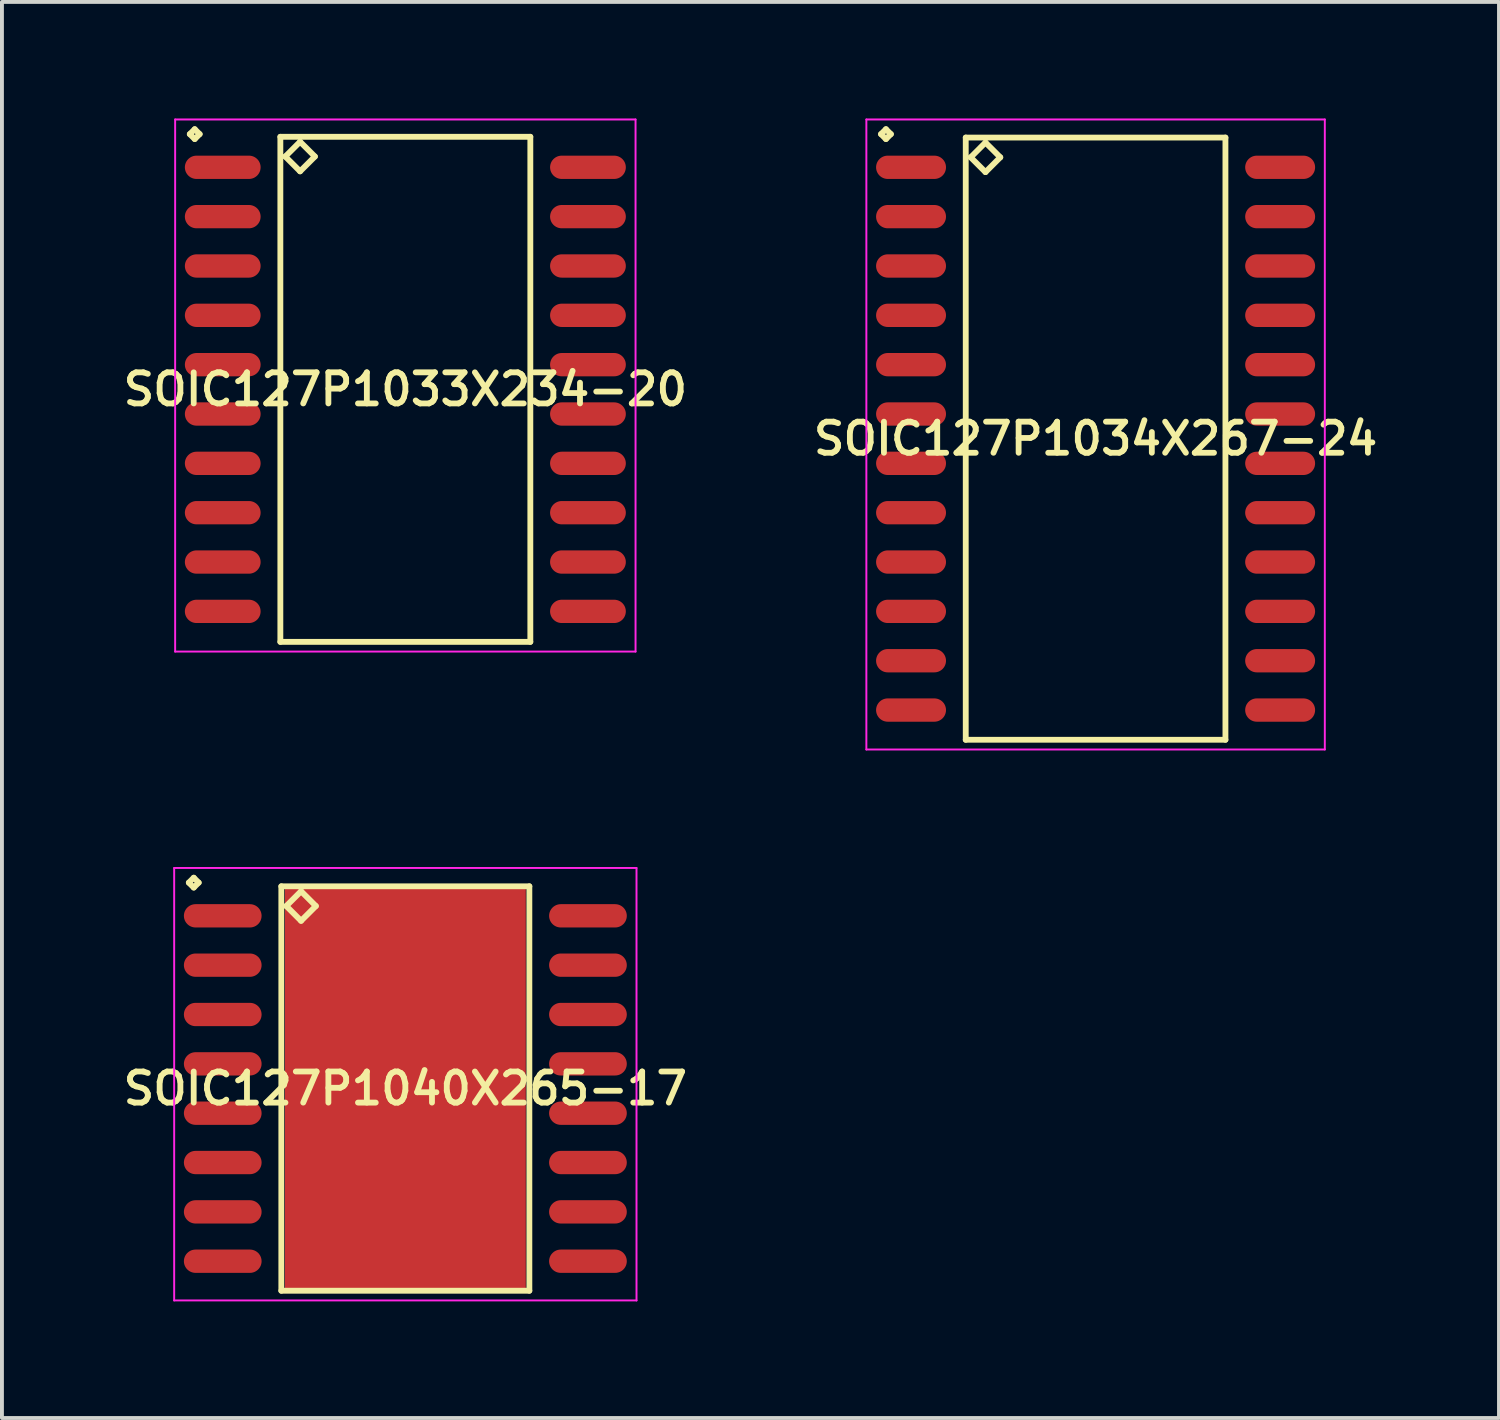
<source format=kicad_pcb>
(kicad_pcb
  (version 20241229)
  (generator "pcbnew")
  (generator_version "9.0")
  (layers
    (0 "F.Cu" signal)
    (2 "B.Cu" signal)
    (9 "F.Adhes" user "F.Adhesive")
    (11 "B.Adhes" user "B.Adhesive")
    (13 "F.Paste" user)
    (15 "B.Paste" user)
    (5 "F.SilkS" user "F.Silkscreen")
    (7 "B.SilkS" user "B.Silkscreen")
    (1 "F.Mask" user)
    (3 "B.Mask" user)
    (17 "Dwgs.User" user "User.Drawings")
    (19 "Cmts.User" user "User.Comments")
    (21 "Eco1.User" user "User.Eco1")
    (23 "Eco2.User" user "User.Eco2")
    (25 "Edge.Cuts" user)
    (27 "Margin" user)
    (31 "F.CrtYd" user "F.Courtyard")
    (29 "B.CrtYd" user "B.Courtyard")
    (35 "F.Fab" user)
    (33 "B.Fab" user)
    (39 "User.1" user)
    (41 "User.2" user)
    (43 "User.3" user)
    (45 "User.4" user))
  (footprint "SOIC127P1040X265-17"
    (layer "F.Cu")
    (at 7.383 24.967)
    (property "Reference" "SOIC127P1040X265-17" (at 0 0 0) (layer "F.SilkS") (effects (font (size 0.8 0.8) (thickness 0.15))))
    (attr smd)
    (fp_line (start -5.573 -5.299) (end -5.446 -5.426) (stroke (width 0.15) (type solid)) (layer "F.SilkS"))
    (fp_line (start -5.446 -5.426) (end -5.319 -5.299) (stroke (width 0.15) (type solid)) (layer "F.SilkS"))
    (fp_line (start -5.446 -5.172) (end -5.573 -5.299) (stroke (width 0.15) (type solid)) (layer "F.SilkS"))
    (fp_line (start -5.319 -5.299) (end -5.446 -5.172) (stroke (width 0.15) (type solid)) (layer "F.SilkS"))
    (fp_line (start -3.192 -5.205) (end -3.192 5.205) (stroke (width 0.15) (type solid)) (layer "F.SilkS"))
    (fp_line (start -3.192 5.205) (end 3.192 5.205) (stroke (width 0.15) (type solid)) (layer "F.SilkS"))
    (fp_line (start -3.065 -4.697) (end -2.684 -5.078) (stroke (width 0.15) (type solid)) (layer "F.SilkS"))
    (fp_line (start -2.684 -5.078) (end -2.303 -4.697) (stroke (width 0.15) (type solid)) (layer "F.SilkS"))
    (fp_line (start -2.684 -4.316) (end -3.065 -4.697) (stroke (width 0.15) (type solid)) (layer "F.SilkS"))
    (fp_line (start -2.303 -4.697) (end -2.684 -4.316) (stroke (width 0.15) (type solid)) (layer "F.SilkS"))
    (fp_line (start 3.192 -5.205) (end -3.192 -5.205) (stroke (width 0.15) (type solid)) (layer "F.SilkS"))
    (fp_line (start 3.192 5.205) (end 3.192 -5.205) (stroke (width 0.15) (type solid)) (layer "F.SilkS"))
    (fp_line (start -5.95 -5.676) (end 5.95 -5.676) (stroke (width 0.05) (type solid)) (layer "F.CrtYd"))
    (fp_line (start -5.95 5.455) (end -5.95 -5.676) (stroke (width 0.05) (type solid)) (layer "F.CrtYd"))
    (fp_line (start 5.95 -5.676) (end 5.95 5.455) (stroke (width 0.05) (type solid)) (layer "F.CrtYd"))
    (fp_line (start 5.95 5.455) (end -5.95 5.455) (stroke (width 0.05) (type solid)) (layer "F.CrtYd"))
    (pad "1" smd oval (at -4.7 -4.445) (size 2 0.6) (layers "F.Cu" "F.Mask" "F.Paste"))
    (pad "2" smd oval (at -4.7 -3.175) (size 2 0.6) (layers "F.Cu" "F.Mask" "F.Paste"))
    (pad "3" smd oval (at -4.7 -1.905) (size 2 0.6) (layers "F.Cu" "F.Mask" "F.Paste"))
    (pad "4" smd oval (at -4.7 -0.635) (size 2 0.6) (layers "F.Cu" "F.Mask" "F.Paste"))
    (pad "5" smd oval (at -4.7 0.635) (size 2 0.6) (layers "F.Cu" "F.Mask" "F.Paste"))
    (pad "6" smd oval (at -4.7 1.905) (size 2 0.6) (layers "F.Cu" "F.Mask" "F.Paste"))
    (pad "7" smd oval (at -4.7 3.175) (size 2 0.6) (layers "F.Cu" "F.Mask" "F.Paste"))
    (pad "8" smd oval (at -4.7 4.445) (size 2 0.6) (layers "F.Cu" "F.Mask" "F.Paste"))
    (pad "9" smd oval (at 4.7 4.445) (size 2 0.6) (layers "F.Cu" "F.Mask" "F.Paste"))
    (pad "10" smd oval (at 4.7 3.175) (size 2 0.6) (layers "F.Cu" "F.Mask" "F.Paste"))
    (pad "11" smd oval (at 4.7 1.905) (size 2 0.6) (layers "F.Cu" "F.Mask" "F.Paste"))
    (pad "12" smd oval (at 4.7 0.635) (size 2 0.6) (layers "F.Cu" "F.Mask" "F.Paste"))
    (pad "13" smd oval (at 4.7 -0.635) (size 2 0.6) (layers "F.Cu" "F.Mask" "F.Paste"))
    (pad "14" smd oval (at 4.7 -1.905) (size 2 0.6) (layers "F.Cu" "F.Mask" "F.Paste"))
    (pad "15" smd oval (at 4.7 -3.175) (size 2 0.6) (layers "F.Cu" "F.Mask" "F.Paste"))
    (pad "16" smd oval (at 4.7 -4.445) (size 2 0.6) (layers "F.Cu" "F.Mask" "F.Paste"))
    (pad "17" smd rect (at 0 0) (size 6.2 10.4) (layers "F.Cu" "F.Mask" "F.Paste")))
  (footprint "SOIC127P1034X267-24"
    (layer "F.Cu")
    (at 25.149 8.241)
    (property "Reference" "SOIC127P1034X267-24" (at 0 0 0) (layer "F.SilkS") (effects (font (size 0.8 0.8) (thickness 0.15))))
    (attr smd)
    (fp_line (start -5.523 -7.839) (end -5.396 -7.966) (stroke (width 0.15) (type solid)) (layer "F.SilkS"))
    (fp_line (start -5.396 -7.966) (end -5.269 -7.839) (stroke (width 0.15) (type solid)) (layer "F.SilkS"))
    (fp_line (start -5.396 -7.712) (end -5.523 -7.839) (stroke (width 0.15) (type solid)) (layer "F.SilkS"))
    (fp_line (start -5.269 -7.839) (end -5.396 -7.712) (stroke (width 0.15) (type solid)) (layer "F.SilkS"))
    (fp_line (start -3.342 -7.75) (end -3.342 7.75) (stroke (width 0.15) (type solid)) (layer "F.SilkS"))
    (fp_line (start -3.342 7.75) (end 3.342 7.75) (stroke (width 0.15) (type solid)) (layer "F.SilkS"))
    (fp_line (start -3.215 -7.242) (end -2.834 -7.623) (stroke (width 0.15) (type solid)) (layer "F.SilkS"))
    (fp_line (start -2.834 -7.623) (end -2.453 -7.242) (stroke (width 0.15) (type solid)) (layer "F.SilkS"))
    (fp_line (start -2.834 -6.861) (end -3.215 -7.242) (stroke (width 0.15) (type solid)) (layer "F.SilkS"))
    (fp_line (start -2.453 -7.242) (end -2.834 -6.861) (stroke (width 0.15) (type solid)) (layer "F.SilkS"))
    (fp_line (start 3.342 -7.75) (end -3.342 -7.75) (stroke (width 0.15) (type solid)) (layer "F.SilkS"))
    (fp_line (start 3.342 7.75) (end 3.342 -7.75) (stroke (width 0.15) (type solid)) (layer "F.SilkS"))
    (fp_line (start -5.9 -8.216) (end 5.9 -8.216) (stroke (width 0.05) (type solid)) (layer "F.CrtYd"))
    (fp_line (start -5.9 8) (end -5.9 -8.216) (stroke (width 0.05) (type solid)) (layer "F.CrtYd"))
    (fp_line (start 5.9 -8.216) (end 5.9 8) (stroke (width 0.05) (type solid)) (layer "F.CrtYd"))
    (fp_line (start 5.9 8) (end -5.9 8) (stroke (width 0.05) (type solid)) (layer "F.CrtYd"))
    (pad "1" smd oval (at -4.75 -6.985) (size 1.8 0.6) (layers "F.Cu" "F.Mask" "F.Paste"))
    (pad "2" smd oval (at -4.75 -5.715) (size 1.8 0.6) (layers "F.Cu" "F.Mask" "F.Paste"))
    (pad "3" smd oval (at -4.75 -4.445) (size 1.8 0.6) (layers "F.Cu" "F.Mask" "F.Paste"))
    (pad "4" smd oval (at -4.75 -3.175) (size 1.8 0.6) (layers "F.Cu" "F.Mask" "F.Paste"))
    (pad "5" smd oval (at -4.75 -1.905) (size 1.8 0.6) (layers "F.Cu" "F.Mask" "F.Paste"))
    (pad "6" smd oval (at -4.75 -0.635) (size 1.8 0.6) (layers "F.Cu" "F.Mask" "F.Paste"))
    (pad "7" smd oval (at -4.75 0.635) (size 1.8 0.6) (layers "F.Cu" "F.Mask" "F.Paste"))
    (pad "8" smd oval (at -4.75 1.905) (size 1.8 0.6) (layers "F.Cu" "F.Mask" "F.Paste"))
    (pad "9" smd oval (at -4.75 3.175) (size 1.8 0.6) (layers "F.Cu" "F.Mask" "F.Paste"))
    (pad "10" smd oval (at -4.75 4.445) (size 1.8 0.6) (layers "F.Cu" "F.Mask" "F.Paste"))
    (pad "11" smd oval (at -4.75 5.715) (size 1.8 0.6) (layers "F.Cu" "F.Mask" "F.Paste"))
    (pad "12" smd oval (at -4.75 6.985) (size 1.8 0.6) (layers "F.Cu" "F.Mask" "F.Paste"))
    (pad "13" smd oval (at 4.75 6.985) (size 1.8 0.6) (layers "F.Cu" "F.Mask" "F.Paste"))
    (pad "14" smd oval (at 4.75 5.715) (size 1.8 0.6) (layers "F.Cu" "F.Mask" "F.Paste"))
    (pad "15" smd oval (at 4.75 4.445) (size 1.8 0.6) (layers "F.Cu" "F.Mask" "F.Paste"))
    (pad "16" smd oval (at 4.75 3.175) (size 1.8 0.6) (layers "F.Cu" "F.Mask" "F.Paste"))
    (pad "17" smd oval (at 4.75 1.905) (size 1.8 0.6) (layers "F.Cu" "F.Mask" "F.Paste"))
    (pad "18" smd oval (at 4.75 0.635) (size 1.8 0.6) (layers "F.Cu" "F.Mask" "F.Paste"))
    (pad "19" smd oval (at 4.75 -0.635) (size 1.8 0.6) (layers "F.Cu" "F.Mask" "F.Paste"))
    (pad "20" smd oval (at 4.75 -1.905) (size 1.8 0.6) (layers "F.Cu" "F.Mask" "F.Paste"))
    (pad "21" smd oval (at 4.75 -3.175) (size 1.8 0.6) (layers "F.Cu" "F.Mask" "F.Paste"))
    (pad "22" smd oval (at 4.75 -4.445) (size 1.8 0.6) (layers "F.Cu" "F.Mask" "F.Paste"))
    (pad "23" smd oval (at 4.75 -5.715) (size 1.8 0.6) (layers "F.Cu" "F.Mask" "F.Paste"))
    (pad "24" smd oval (at 4.75 -6.985) (size 1.8 0.6) (layers "F.Cu" "F.Mask" "F.Paste")))
  (footprint "SOIC127P1033X234-20"
    (layer "F.Cu")
    (at 7.383 6.971)
    (property "Reference" "SOIC127P1033X234-20" (at 0 0 0) (layer "F.SilkS") (effects (font (size 0.8 0.8) (thickness 0.15))))
    (attr smd)
    (fp_line (start -5.548 -6.569) (end -5.421 -6.696) (stroke (width 0.15) (type solid)) (layer "F.SilkS"))
    (fp_line (start -5.421 -6.696) (end -5.294 -6.569) (stroke (width 0.15) (type solid)) (layer "F.SilkS"))
    (fp_line (start -5.421 -6.442) (end -5.548 -6.569) (stroke (width 0.15) (type solid)) (layer "F.SilkS"))
    (fp_line (start -5.294 -6.569) (end -5.421 -6.442) (stroke (width 0.15) (type solid)) (layer "F.SilkS"))
    (fp_line (start -3.217 -6.5) (end -3.217 6.5) (stroke (width 0.15) (type solid)) (layer "F.SilkS"))
    (fp_line (start -3.217 6.5) (end 3.217 6.5) (stroke (width 0.15) (type solid)) (layer "F.SilkS"))
    (fp_line (start -3.09 -5.992) (end -2.709 -6.373) (stroke (width 0.15) (type solid)) (layer "F.SilkS"))
    (fp_line (start -2.709 -6.373) (end -2.328 -5.992) (stroke (width 0.15) (type solid)) (layer "F.SilkS"))
    (fp_line (start -2.709 -5.611) (end -3.09 -5.992) (stroke (width 0.15) (type solid)) (layer "F.SilkS"))
    (fp_line (start -2.328 -5.992) (end -2.709 -5.611) (stroke (width 0.15) (type solid)) (layer "F.SilkS"))
    (fp_line (start 3.217 -6.5) (end -3.217 -6.5) (stroke (width 0.15) (type solid)) (layer "F.SilkS"))
    (fp_line (start 3.217 6.5) (end 3.217 -6.5) (stroke (width 0.15) (type solid)) (layer "F.SilkS"))
    (fp_line (start -5.925 -6.946) (end 5.925 -6.946) (stroke (width 0.05) (type solid)) (layer "F.CrtYd"))
    (fp_line (start -5.925 6.75) (end -5.925 -6.946) (stroke (width 0.05) (type solid)) (layer "F.CrtYd"))
    (fp_line (start 5.925 -6.946) (end 5.925 6.75) (stroke (width 0.05) (type solid)) (layer "F.CrtYd"))
    (fp_line (start 5.925 6.75) (end -5.925 6.75) (stroke (width 0.05) (type solid)) (layer "F.CrtYd"))
    (pad "1" smd oval (at -4.7 -5.715) (size 1.95 0.6) (layers "F.Cu" "F.Mask" "F.Paste"))
    (pad "2" smd oval (at -4.7 -4.445) (size 1.95 0.6) (layers "F.Cu" "F.Mask" "F.Paste"))
    (pad "3" smd oval (at -4.7 -3.175) (size 1.95 0.6) (layers "F.Cu" "F.Mask" "F.Paste"))
    (pad "4" smd oval (at -4.7 -1.905) (size 1.95 0.6) (layers "F.Cu" "F.Mask" "F.Paste"))
    (pad "5" smd oval (at -4.7 -0.635) (size 1.95 0.6) (layers "F.Cu" "F.Mask" "F.Paste"))
    (pad "6" smd oval (at -4.7 0.635) (size 1.95 0.6) (layers "F.Cu" "F.Mask" "F.Paste"))
    (pad "7" smd oval (at -4.7 1.905) (size 1.95 0.6) (layers "F.Cu" "F.Mask" "F.Paste"))
    (pad "8" smd oval (at -4.7 3.175) (size 1.95 0.6) (layers "F.Cu" "F.Mask" "F.Paste"))
    (pad "9" smd oval (at -4.7 4.445) (size 1.95 0.6) (layers "F.Cu" "F.Mask" "F.Paste"))
    (pad "10" smd oval (at -4.7 5.715) (size 1.95 0.6) (layers "F.Cu" "F.Mask" "F.Paste"))
    (pad "11" smd oval (at 4.7 5.715) (size 1.95 0.6) (layers "F.Cu" "F.Mask" "F.Paste"))
    (pad "12" smd oval (at 4.7 4.445) (size 1.95 0.6) (layers "F.Cu" "F.Mask" "F.Paste"))
    (pad "13" smd oval (at 4.7 3.175) (size 1.95 0.6) (layers "F.Cu" "F.Mask" "F.Paste"))
    (pad "14" smd oval (at 4.7 1.905) (size 1.95 0.6) (layers "F.Cu" "F.Mask" "F.Paste"))
    (pad "15" smd oval (at 4.7 0.635) (size 1.95 0.6) (layers "F.Cu" "F.Mask" "F.Paste"))
    (pad "16" smd oval (at 4.7 -0.635) (size 1.95 0.6) (layers "F.Cu" "F.Mask" "F.Paste"))
    (pad "17" smd oval (at 4.7 -1.905) (size 1.95 0.6) (layers "F.Cu" "F.Mask" "F.Paste"))
    (pad "18" smd oval (at 4.7 -3.175) (size 1.95 0.6) (layers "F.Cu" "F.Mask" "F.Paste"))
    (pad "19" smd oval (at 4.7 -4.445) (size 1.95 0.6) (layers "F.Cu" "F.Mask" "F.Paste"))
    (pad "20" smd oval (at 4.7 -5.715) (size 1.95 0.6) (layers "F.Cu" "F.Mask" "F.Paste")))
  (gr_rect
    (start -3 -3)
    (end 35.532 33.447)
    (stroke (width 0.1) (type default))
    (fill no)
    (layer "Edge.Cuts")))
</source>
